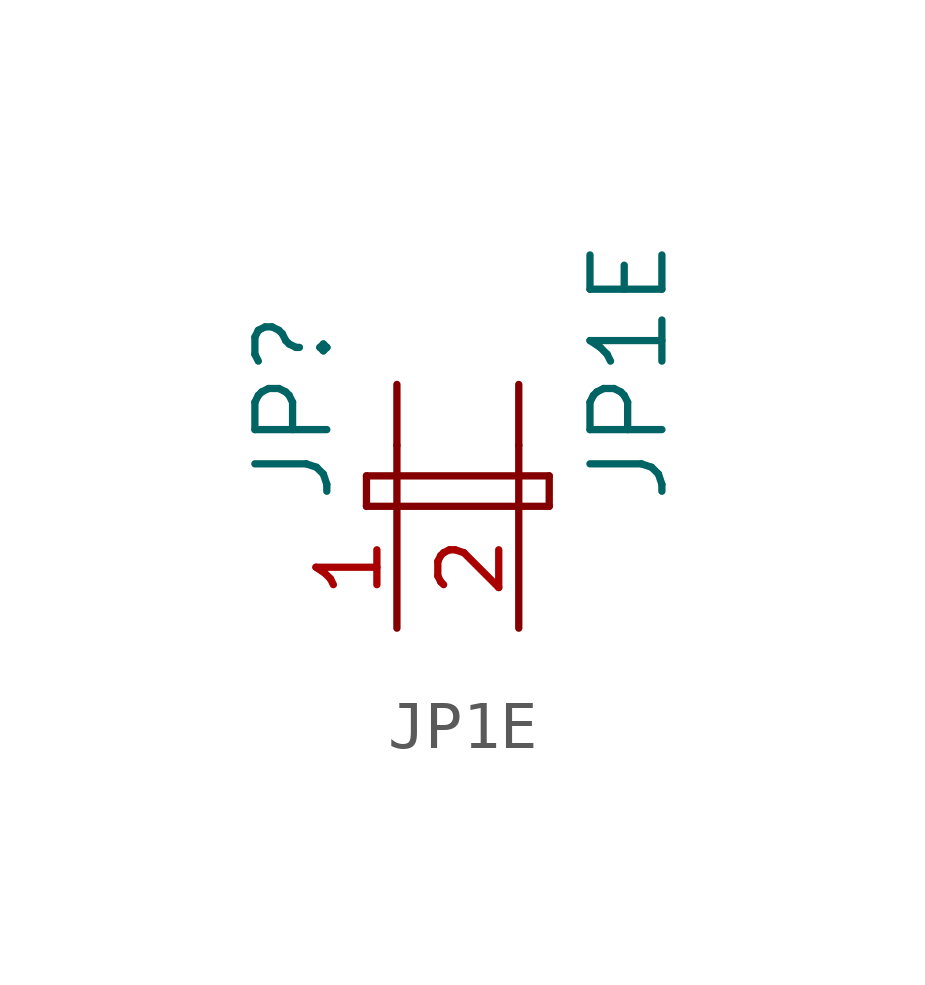
<source format=kicad_sym>
(kicad_symbol_lib
  (version 20211014)
  (generator kicad_symbol_editor)
  (symbol "JP1E"
    (pin_names
      (offset 1.016))
    (property "Reference" "JP"
      (at -1.27 0 90)
      (effects (font (size 1.499 1.499)) (justify left bottom)))
    (property "Value" "JP1E"
      (at 5.715 0 90)
      (effects (font (size 1.499 1.499)) (justify left bottom)))
    (property "ki_locked" ""
      (at 0 0 0)
      (effects (font (size 1.27 1.27))))
    (symbol "JP1E_1_0"
      (polyline (pts (xy -0.635 0) (xy 3.175 0)) (stroke (width 0) (type default) (color 0 0 0 0)) (fill (type none)))
      (polyline (pts (xy -0.635 0.635) (xy -0.635 0)) (stroke (width 0) (type default) (color 0 0 0 0)) (fill (type none)))
      (polyline (pts (xy 0 0) (xy 0 1.27)) (stroke (width 0) (type default) (color 0 0 0 0)) (fill (type none)))
      (polyline (pts (xy 0 2.54) (xy 0 1.27)) (stroke (width 0) (type default) (color 0 0 0 0)) (fill (type none)))
      (polyline (pts (xy 2.54 0) (xy 2.54 1.27)) (stroke (width 0) (type default) (color 0 0 0 0)) (fill (type none)))
      (polyline (pts (xy 2.54 2.54) (xy 2.54 1.27)) (stroke (width 0) (type default) (color 0 0 0 0)) (fill (type none)))
      (polyline (pts (xy 3.175 0) (xy 3.175 0.635)) (stroke (width 0) (type default) (color 0 0 0 0)) (fill (type none)))
      (polyline (pts (xy 3.175 0.635) (xy -0.635 0.635)) (stroke (width 0) (type default) (color 0 0 0 0)) (fill (type none)))
      (pin passive line (at 0 -2.54 90) (length 2.54) (name "1" (effects (font (size 0 0)))) (number "1" (effects (font (size 1.27 1.27)))))
      (pin passive line (at 2.54 -2.54 90) (length 2.54) (name "2" (effects (font (size 0 0)))) (number "2" (effects (font (size 1.27 1.27))))))))
</source>
